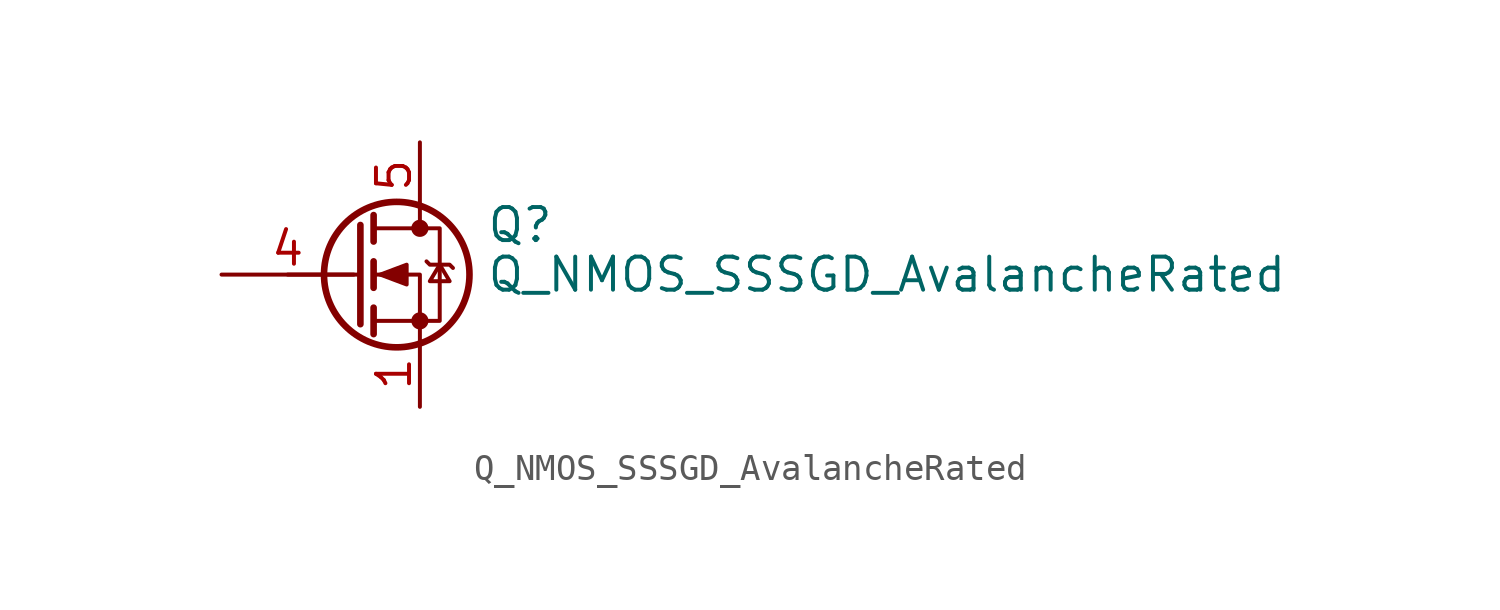
<source format=kicad_sym>
(kicad_symbol_lib
  (version 20241209)
  (generator "kicad_symbol_editor")
  (generator_version "9.0")
  (symbol "Q_NMOS_SSSGD_AvalancheRated"
    (pin_names
      (offset 0)
      (hide yes))
    (property "Reference" "Q"
      (at 5.08 1.905 0)
      (effects (font (size 1.27 1.27)) (justify left)))
    (property "Value" "Q_NMOS_SSSGD_AvalancheRated"
      (at 5.08 0 0)
      (effects (font (size 1.27 1.27)) (justify left)))
    (symbol "Q_NMOS_SSSGD_AvalancheRated_0_1"
      (polyline (pts (xy 0.254 1.905) (xy 0.254 -1.905)) (stroke (width 0.254) (type default)) (fill (type none)))
      (polyline (pts (xy 0.254 0) (xy -2.54 0)) (stroke (width 0) (type default)) (fill (type none)))
      (polyline (pts (xy 0.762 2.286) (xy 0.762 1.27)) (stroke (width 0.254) (type default)) (fill (type none)))
      (polyline (pts (xy 0.762 0.508) (xy 0.762 -0.508)) (stroke (width 0.254) (type default)) (fill (type none)))
      (polyline (pts (xy 0.762 -1.27) (xy 0.762 -2.286)) (stroke (width 0.254) (type default)) (fill (type none)))
      (polyline (pts (xy 0.762 -1.778) (xy 3.302 -1.778) (xy 3.302 1.778) (xy 0.762 1.778)) (stroke (width 0) (type default)) (fill (type none)))
      (polyline (pts (xy 1.016 0) (xy 2.032 0.381) (xy 2.032 -0.381) (xy 1.016 0)) (stroke (width 0) (type default)) (fill (type outline)))
      (circle (center 1.651 0) (radius 2.794) (stroke (width 0.254) (type default)) (fill (type none)))
      (polyline (pts (xy 2.54 2.54) (xy 2.54 1.778)) (stroke (width 0) (type default)) (fill (type none)))
      (circle (center 2.54 1.778) (radius 0.254) (stroke (width 0) (type default)) (fill (type outline)))
      (circle (center 2.54 -1.778) (radius 0.254) (stroke (width 0) (type default)) (fill (type outline)))
      (polyline (pts (xy 2.54 -2.54) (xy 2.54 0) (xy 0.762 0)) (stroke (width 0) (type default)) (fill (type none)))
      (polyline (pts (xy 2.794 0.508) (xy 2.921 0.381) (xy 3.683 0.381) (xy 3.81 0.254)) (stroke (width 0) (type default)) (fill (type none)))
      (polyline (pts (xy 3.302 0.381) (xy 2.921 -0.254) (xy 3.683 -0.254) (xy 3.302 0.381)) (stroke (width 0) (type default)) (fill (type none))))
    (symbol "Q_NMOS_SSSGD_AvalancheRated_1_1"
      (pin input line (at -5.08 0 0) (length 5.08) (name "G" (effects (font (size 1.27 1.27)))) (number "4" (effects (font (size 1.27 1.27)))))
      (pin passive line (at 2.54 5.08 270) (length 2.54) (name "D" (effects (font (size 1.27 1.27)))) (number "5" (effects (font (size 1.27 1.27)))))
      (pin passive line (at 2.54 -5.08 90) (length 2.54) (name "S" (effects (font (size 1.27 1.27)))) (number "1" (effects (font (size 1.27 1.27))))))))
</source>
